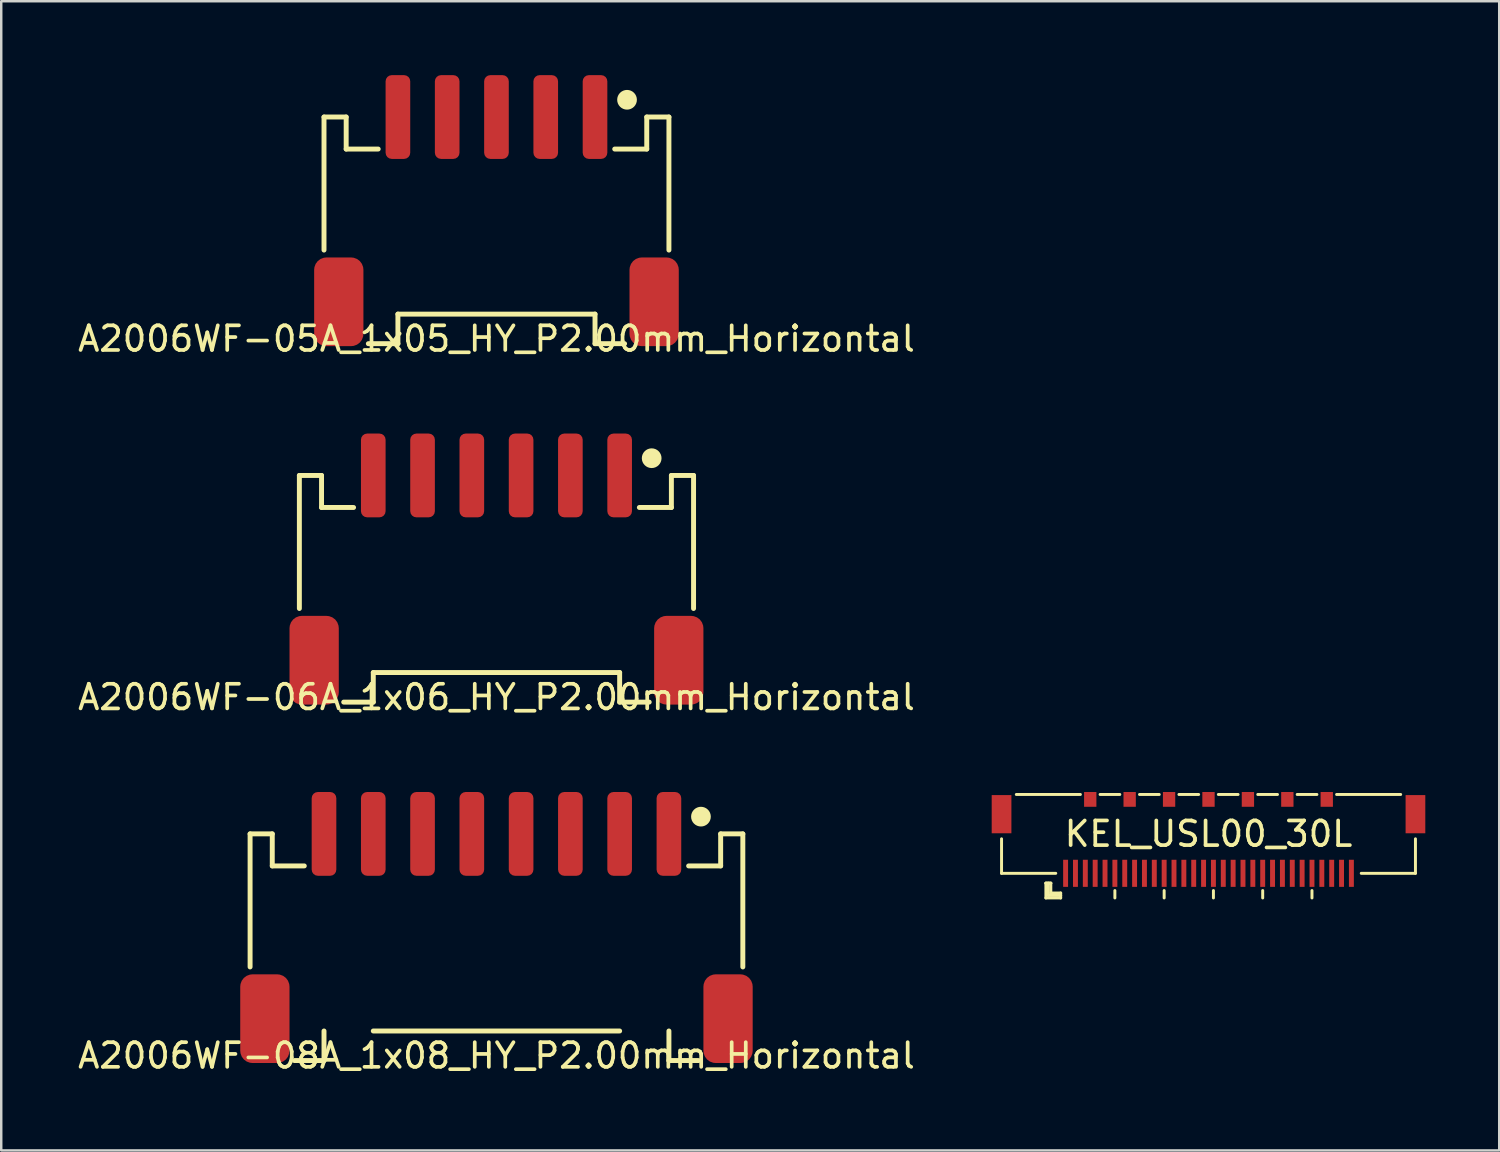
<source format=kicad_pcb>
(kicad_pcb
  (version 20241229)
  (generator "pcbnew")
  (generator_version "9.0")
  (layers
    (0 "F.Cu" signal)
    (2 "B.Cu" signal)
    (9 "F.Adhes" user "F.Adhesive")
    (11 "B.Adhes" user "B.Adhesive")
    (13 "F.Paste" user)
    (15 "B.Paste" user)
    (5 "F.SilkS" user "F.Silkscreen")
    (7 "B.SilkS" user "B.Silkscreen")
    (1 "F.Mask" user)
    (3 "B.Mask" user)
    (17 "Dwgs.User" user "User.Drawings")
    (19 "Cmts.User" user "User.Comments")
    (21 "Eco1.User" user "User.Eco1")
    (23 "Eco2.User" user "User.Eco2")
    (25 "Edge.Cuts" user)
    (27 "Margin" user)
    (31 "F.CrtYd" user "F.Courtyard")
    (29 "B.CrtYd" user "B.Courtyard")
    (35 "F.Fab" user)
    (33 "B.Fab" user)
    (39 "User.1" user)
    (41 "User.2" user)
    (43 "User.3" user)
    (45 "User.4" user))
  (footprint "A2006WF-06A_1x06_HY_P2.00mm_Horizontal"
    (layer "F.Cu")
    (at 17.101 25.248)
    (property "Reference" "A2006WF-06A_1x06_HY_P2.00mm_Horizontal" (at 0 0 0) (layer "F.SilkS") (effects (font (size 1 1) (thickness 0.15))))
    (attr through_hole)
    (fp_line (start -8 -9) (end -7.1 -9) (stroke (width 0.2) (type solid)) (layer "F.SilkS"))
    (fp_line (start -8 -3.6) (end -8 -9) (stroke (width 0.2) (type solid)) (layer "F.SilkS"))
    (fp_line (start -7.1 -9) (end -7.1 -7.7) (stroke (width 0.2) (type solid)) (layer "F.SilkS"))
    (fp_line (start -7.1 -7.7) (end -5.8 -7.7) (stroke (width 0.2) (type solid)) (layer "F.SilkS"))
    (fp_line (start -6.2 0.2) (end -5 0.2) (stroke (width 0.2) (type solid)) (layer "F.SilkS"))
    (fp_line (start -5 0.2) (end -5 -1) (stroke (width 0.2) (type solid)) (layer "F.SilkS"))
    (fp_line (start 5 -1) (end -5 -1) (stroke (width 0.2) (type solid)) (layer "F.SilkS"))
    (fp_line (start 5 0.2) (end 5 -1) (stroke (width 0.2) (type solid)) (layer "F.SilkS"))
    (fp_line (start 6.2 0.2) (end 5 0.2) (stroke (width 0.2) (type solid)) (layer "F.SilkS"))
    (fp_line (start 7.1 -9) (end 7.1 -7.7) (stroke (width 0.2) (type solid)) (layer "F.SilkS"))
    (fp_line (start 7.1 -7.7) (end 5.8 -7.7) (stroke (width 0.2) (type solid)) (layer "F.SilkS"))
    (fp_line (start 8 -9) (end 7.1 -9) (stroke (width 0.2) (type solid)) (layer "F.SilkS"))
    (fp_line (start 8 -3.6) (end 8 -9) (stroke (width 0.2) (type solid)) (layer "F.SilkS"))
    (fp_circle (center 6.3 -9.7) (end 6.5 -9.7) (stroke (width 0.4) (type solid)) (fill no) (layer "F.SilkS"))
    (pad "1" smd roundrect (at 5 -9) (size 1 3.4) (layers "F.Cu" "F.Mask" "F.Paste") (roundrect_rratio 0.25))
    (pad "2" smd roundrect (at 3 -9) (size 1 3.4) (layers "F.Cu" "F.Mask" "F.Paste") (roundrect_rratio 0.25))
    (pad "3" smd roundrect (at 1 -9) (size 1 3.4) (layers "F.Cu" "F.Mask" "F.Paste") (roundrect_rratio 0.25))
    (pad "4" smd roundrect (at -1 -9) (size 1 3.4) (layers "F.Cu" "F.Mask" "F.Paste") (roundrect_rratio 0.25))
    (pad "5" smd roundrect (at -3 -9) (size 1 3.4) (layers "F.Cu" "F.Mask" "F.Paste") (roundrect_rratio 0.25))
    (pad "6" smd roundrect (at -5 -9) (size 1 3.4) (layers "F.Cu" "F.Mask" "F.Paste") (roundrect_rratio 0.25))
    (pad "MP" smd roundrect (at -7.4 -1.5) (size 2 3.6) (layers "F.Cu" "F.Mask" "F.Paste") (roundrect_rratio 0.25))
    (pad "MP" smd roundrect (at 7.4 -1.5) (size 2 3.6) (layers "F.Cu" "F.Mask" "F.Paste") (roundrect_rratio 0.25)))
  (footprint "A2006WF-08A_1x08_HY_P2.00mm_Horizontal"
    (layer "F.Cu")
    (at 17.101 39.797)
    (property "Reference" "A2006WF-08A_1x08_HY_P2.00mm_Horizontal" (at 0 0 0) (layer "F.SilkS") (effects (font (size 1 1) (thickness 0.15))))
    (attr through_hole)
    (fp_line (start -10 -9) (end -9.1 -9) (stroke (width 0.2) (type solid)) (layer "F.SilkS"))
    (fp_line (start -10 -3.6) (end -10 -9) (stroke (width 0.2) (type solid)) (layer "F.SilkS"))
    (fp_line (start -9.1 -9) (end -9.1 -7.7) (stroke (width 0.2) (type solid)) (layer "F.SilkS"))
    (fp_line (start -9.1 -7.7) (end -7.8 -7.7) (stroke (width 0.2) (type solid)) (layer "F.SilkS"))
    (fp_line (start -8.2 0.2) (end -7 0.2) (stroke (width 0.2) (type solid)) (layer "F.SilkS"))
    (fp_line (start -7 0.2) (end -7 -1) (stroke (width 0.2) (type solid)) (layer "F.SilkS"))
    (fp_line (start 5 -1) (end -5 -1) (stroke (width 0.2) (type solid)) (layer "F.SilkS"))
    (fp_line (start 7 0.2) (end 7 -1) (stroke (width 0.2) (type solid)) (layer "F.SilkS"))
    (fp_line (start 8.2 0.2) (end 7 0.2) (stroke (width 0.2) (type solid)) (layer "F.SilkS"))
    (fp_line (start 9.1 -9) (end 9.1 -7.7) (stroke (width 0.2) (type solid)) (layer "F.SilkS"))
    (fp_line (start 9.1 -7.7) (end 7.8 -7.7) (stroke (width 0.2) (type solid)) (layer "F.SilkS"))
    (fp_line (start 10 -9) (end 9.1 -9) (stroke (width 0.2) (type solid)) (layer "F.SilkS"))
    (fp_line (start 10 -3.6) (end 10 -9) (stroke (width 0.2) (type solid)) (layer "F.SilkS"))
    (fp_circle (center 8.3 -9.7) (end 8.5 -9.7) (stroke (width 0.4) (type solid)) (fill no) (layer "F.SilkS"))
    (pad "1" smd roundrect (at 7 -9) (size 1 3.4) (layers "F.Cu" "F.Mask" "F.Paste") (roundrect_rratio 0.25))
    (pad "2" smd roundrect (at 5 -9) (size 1 3.4) (layers "F.Cu" "F.Mask" "F.Paste") (roundrect_rratio 0.25))
    (pad "3" smd roundrect (at 3 -9) (size 1 3.4) (layers "F.Cu" "F.Mask" "F.Paste") (roundrect_rratio 0.25))
    (pad "4" smd roundrect (at 1 -9) (size 1 3.4) (layers "F.Cu" "F.Mask" "F.Paste") (roundrect_rratio 0.25))
    (pad "5" smd roundrect (at -1 -9) (size 1 3.4) (layers "F.Cu" "F.Mask" "F.Paste") (roundrect_rratio 0.25))
    (pad "6" smd roundrect (at -3 -9) (size 1 3.4) (layers "F.Cu" "F.Mask" "F.Paste") (roundrect_rratio 0.25))
    (pad "7" smd roundrect (at -5 -9) (size 1 3.4) (layers "F.Cu" "F.Mask" "F.Paste") (roundrect_rratio 0.25))
    (pad "8" smd roundrect (at -7 -9) (size 1 3.4) (layers "F.Cu" "F.Mask" "F.Paste") (roundrect_rratio 0.25))
    (pad "MP" smd roundrect (at -9.4 -1.5) (size 2 3.6) (layers "F.Cu" "F.Mask" "F.Paste") (roundrect_rratio 0.25))
    (pad "MP" smd roundrect (at 9.4 -1.5) (size 2 3.6) (layers "F.Cu" "F.Mask" "F.Paste") (roundrect_rratio 0.25)))
  (footprint "KEL_USL00_30L"
    (layer "F.Cu")
    (at 46.002 32.397)
    (property "Reference" "KEL_USL00_30L" (at 0 -1.6 0) (layer "F.SilkS") (effects (font (size 1 1) (thickness 0.15))))
    (attr smd)
    (fp_line (start -8.4 -1.4) (end -8.4 0) (stroke (width 0.12) (type solid)) (layer "F.SilkS"))
    (fp_line (start -8.4 0) (end -6.2 0) (stroke (width 0.12) (type solid)) (layer "F.SilkS"))
    (fp_line (start -7.8 -3.2) (end -5.2 -3.2) (stroke (width 0.12) (type solid)) (layer "F.SilkS"))
    (fp_line (start -6.6 0.4) (end -6.6 1) (stroke (width 0.12) (type solid)) (layer "F.SilkS"))
    (fp_line (start -6.6 0.4) (end -6.4 0.4) (stroke (width 0.12) (type solid)) (layer "F.SilkS"))
    (fp_line (start -6.6 1) (end -6 1) (stroke (width 0.12) (type solid)) (layer "F.SilkS"))
    (fp_line (start -6.5 0.4) (end -6.5 0.9) (stroke (width 0.12) (type solid)) (layer "F.SilkS"))
    (fp_line (start -6.4 0.4) (end -6.6 0.4) (stroke (width 0.12) (type solid)) (layer "F.SilkS"))
    (fp_line (start -6.4 0.4) (end -6.4 0.8) (stroke (width 0.12) (type solid)) (layer "F.SilkS"))
    (fp_line (start -6.4 0.8) (end -6 0.8) (stroke (width 0.12) (type solid)) (layer "F.SilkS"))
    (fp_line (start -6 0.9) (end -6.5 0.9) (stroke (width 0.12) (type solid)) (layer "F.SilkS"))
    (fp_line (start -6 1) (end -6 0.8) (stroke (width 0.12) (type solid)) (layer "F.SilkS"))
    (fp_line (start -4.4 -3.2) (end -3.6 -3.2) (stroke (width 0.12) (type solid)) (layer "F.SilkS"))
    (fp_line (start -3.8 0.7) (end -3.8 1) (stroke (width 0.12) (type solid)) (layer "F.SilkS"))
    (fp_line (start -2.8 -3.2) (end -2 -3.2) (stroke (width 0.12) (type solid)) (layer "F.SilkS"))
    (fp_line (start -1.8 0.7) (end -1.8 1) (stroke (width 0.12) (type solid)) (layer "F.SilkS"))
    (fp_line (start -1.2 -3.2) (end -0.4 -3.2) (stroke (width 0.12) (type solid)) (layer "F.SilkS"))
    (fp_line (start 0.2 0.7) (end 0.2 1) (stroke (width 0.12) (type solid)) (layer "F.SilkS"))
    (fp_line (start 0.4 -3.2) (end 1.2 -3.2) (stroke (width 0.12) (type solid)) (layer "F.SilkS"))
    (fp_line (start 2 -3.2) (end 2.8 -3.2) (stroke (width 0.12) (type solid)) (layer "F.SilkS"))
    (fp_line (start 2.2 0.7) (end 2.2 1) (stroke (width 0.12) (type solid)) (layer "F.SilkS"))
    (fp_line (start 3.6 -3.2) (end 4.4 -3.2) (stroke (width 0.12) (type solid)) (layer "F.SilkS"))
    (fp_line (start 4.2 0.7) (end 4.2 1) (stroke (width 0.12) (type solid)) (layer "F.SilkS"))
    (fp_line (start 5.2 -3.2) (end 7.8 -3.2) (stroke (width 0.12) (type solid)) (layer "F.SilkS"))
    (fp_line (start 6.2 0) (end 8.4 0) (stroke (width 0.12) (type solid)) (layer "F.SilkS"))
    (fp_line (start 8.4 0) (end 8.4 -1.4) (stroke (width 0.12) (type solid)) (layer "F.SilkS"))
    (pad "1" smd rect (at -5.8 0) (size 0.2 1.1) (layers "F.Cu" "F.Mask" "F.Paste"))
    (pad "2" smd rect (at -5.4 0) (size 0.2 1.1) (layers "F.Cu" "F.Mask" "F.Paste"))
    (pad "3" smd rect (at -5 0) (size 0.2 1.1) (layers "F.Cu" "F.Mask" "F.Paste"))
    (pad "4" smd rect (at -4.6 0) (size 0.2 1.1) (layers "F.Cu" "F.Mask" "F.Paste"))
    (pad "5" smd rect (at -4.2 0) (size 0.2 1.1) (layers "F.Cu" "F.Mask" "F.Paste"))
    (pad "6" smd rect (at -3.8 0) (size 0.2 1.1) (layers "F.Cu" "F.Mask" "F.Paste"))
    (pad "7" smd rect (at -3.4 0) (size 0.2 1.1) (layers "F.Cu" "F.Mask" "F.Paste"))
    (pad "8" smd rect (at -3 0) (size 0.2 1.1) (layers "F.Cu" "F.Mask" "F.Paste"))
    (pad "9" smd rect (at -2.6 0) (size 0.2 1.1) (layers "F.Cu" "F.Mask" "F.Paste"))
    (pad "10" smd rect (at -2.2 0) (size 0.2 1.1) (layers "F.Cu" "F.Mask" "F.Paste"))
    (pad "11" smd rect (at -1.8 0) (size 0.2 1.1) (layers "F.Cu" "F.Mask" "F.Paste"))
    (pad "12" smd rect (at -1.4 0) (size 0.2 1.1) (layers "F.Cu" "F.Mask" "F.Paste"))
    (pad "13" smd rect (at -1 0) (size 0.2 1.1) (layers "F.Cu" "F.Mask" "F.Paste"))
    (pad "14" smd rect (at -0.6 0) (size 0.2 1.1) (layers "F.Cu" "F.Mask" "F.Paste"))
    (pad "15" smd rect (at -0.2 0) (size 0.2 1.1) (layers "F.Cu" "F.Mask" "F.Paste"))
    (pad "16" smd rect (at 0.2 0) (size 0.2 1.1) (layers "F.Cu" "F.Mask" "F.Paste"))
    (pad "17" smd rect (at 0.6 0) (size 0.2 1.1) (layers "F.Cu" "F.Mask" "F.Paste"))
    (pad "18" smd rect (at 1 0) (size 0.2 1.1) (layers "F.Cu" "F.Mask" "F.Paste"))
    (pad "19" smd rect (at 1.4 0) (size 0.2 1.1) (layers "F.Cu" "F.Mask" "F.Paste"))
    (pad "20" smd rect (at 1.8 0) (size 0.2 1.1) (layers "F.Cu" "F.Mask" "F.Paste"))
    (pad "21" smd rect (at 2.2 0) (size 0.2 1.1) (layers "F.Cu" "F.Mask" "F.Paste"))
    (pad "22" smd rect (at 2.6 0) (size 0.2 1.1) (layers "F.Cu" "F.Mask" "F.Paste"))
    (pad "23" smd rect (at 3 0) (size 0.2 1.1) (layers "F.Cu" "F.Mask" "F.Paste"))
    (pad "24" smd rect (at 3.4 0) (size 0.2 1.1) (layers "F.Cu" "F.Mask" "F.Paste"))
    (pad "25" smd rect (at 3.8 0) (size 0.2 1.1) (layers "F.Cu" "F.Mask" "F.Paste"))
    (pad "26" smd rect (at 4.2 0) (size 0.2 1.1) (layers "F.Cu" "F.Mask" "F.Paste"))
    (pad "27" smd rect (at 4.6 0) (size 0.2 1.1) (layers "F.Cu" "F.Mask" "F.Paste"))
    (pad "28" smd rect (at 5 0) (size 0.2 1.1) (layers "F.Cu" "F.Mask" "F.Paste"))
    (pad "29" smd rect (at 5.4 0) (size 0.2 1.1) (layers "F.Cu" "F.Mask" "F.Paste"))
    (pad "30" smd rect (at 5.8 0) (size 0.2 1.1) (layers "F.Cu" "F.Mask" "F.Paste"))
    (pad "31" smd rect (at -8.4 -2.4) (size 0.8 1.55) (layers "F.Cu" "F.Mask" "F.Paste"))
    (pad "32" smd rect (at 8.4 -2.4) (size 0.8 1.55) (layers "F.Cu" "F.Mask" "F.Paste"))
    (pad "33" smd rect (at -4.8 -3) (size 0.5 0.6) (layers "F.Cu" "F.Mask" "F.Paste"))
    (pad "34" smd rect (at -3.2 -3) (size 0.5 0.6) (layers "F.Cu" "F.Mask" "F.Paste"))
    (pad "35" smd rect (at -1.6 -3) (size 0.5 0.6) (layers "F.Cu" "F.Mask" "F.Paste"))
    (pad "36" smd rect (at 0 -3) (size 0.5 0.6) (layers "F.Cu" "F.Mask" "F.Paste"))
    (pad "37" smd rect (at 1.6 -3) (size 0.5 0.6) (layers "F.Cu" "F.Mask" "F.Paste"))
    (pad "38" smd rect (at 3.2 -3) (size 0.5 0.6) (layers "F.Cu" "F.Mask" "F.Paste"))
    (pad "39" smd rect (at 4.8 -3) (size 0.5 0.6) (layers "F.Cu" "F.Mask" "F.Paste")))
  (footprint "A2006WF-05A_1x05_HY_P2.00mm_Horizontal"
    (layer "F.Cu")
    (at 17.101 10.7)
    (property "Reference" "A2006WF-05A_1x05_HY_P2.00mm_Horizontal" (at 0 0 0) (layer "F.SilkS") (effects (font (size 1 1) (thickness 0.15))))
    (attr through_hole)
    (fp_line (start -7 -9) (end -6.1 -9) (stroke (width 0.2) (type solid)) (layer "F.SilkS"))
    (fp_line (start -7 -3.6) (end -7 -9) (stroke (width 0.2) (type solid)) (layer "F.SilkS"))
    (fp_line (start -6.1 -9) (end -6.1 -7.7) (stroke (width 0.2) (type solid)) (layer "F.SilkS"))
    (fp_line (start -6.1 -7.7) (end -4.8 -7.7) (stroke (width 0.2) (type solid)) (layer "F.SilkS"))
    (fp_line (start -5.2 0.2) (end -4 0.2) (stroke (width 0.2) (type solid)) (layer "F.SilkS"))
    (fp_line (start -4 0.2) (end -4 -1) (stroke (width 0.2) (type solid)) (layer "F.SilkS"))
    (fp_line (start 4 -1) (end -4 -1) (stroke (width 0.2) (type solid)) (layer "F.SilkS"))
    (fp_line (start 4 0.2) (end 4 -1) (stroke (width 0.2) (type solid)) (layer "F.SilkS"))
    (fp_line (start 5.2 0.2) (end 4 0.2) (stroke (width 0.2) (type solid)) (layer "F.SilkS"))
    (fp_line (start 6.1 -9) (end 6.1 -7.7) (stroke (width 0.2) (type solid)) (layer "F.SilkS"))
    (fp_line (start 6.1 -7.7) (end 4.8 -7.7) (stroke (width 0.2) (type solid)) (layer "F.SilkS"))
    (fp_line (start 7 -9) (end 6.1 -9) (stroke (width 0.2) (type solid)) (layer "F.SilkS"))
    (fp_line (start 7 -3.6) (end 7 -9) (stroke (width 0.2) (type solid)) (layer "F.SilkS"))
    (fp_circle (center 5.3 -9.7) (end 5.5 -9.7) (stroke (width 0.4) (type solid)) (fill no) (layer "F.SilkS"))
    (pad "1" smd roundrect (at 4 -9) (size 1 3.4) (layers "F.Cu" "F.Mask" "F.Paste") (roundrect_rratio 0.25))
    (pad "2" smd roundrect (at 2 -9) (size 1 3.4) (layers "F.Cu" "F.Mask" "F.Paste") (roundrect_rratio 0.25))
    (pad "3" smd roundrect (at 0 -9) (size 1 3.4) (layers "F.Cu" "F.Mask" "F.Paste") (roundrect_rratio 0.25))
    (pad "4" smd roundrect (at -2 -9) (size 1 3.4) (layers "F.Cu" "F.Mask" "F.Paste") (roundrect_rratio 0.25))
    (pad "5" smd roundrect (at -4 -9) (size 1 3.4) (layers "F.Cu" "F.Mask" "F.Paste") (roundrect_rratio 0.25))
    (pad "MP" smd roundrect (at -6.4 -1.5) (size 2 3.6) (layers "F.Cu" "F.Mask" "F.Paste") (roundrect_rratio 0.25))
    (pad "MP" smd roundrect (at 6.4 -1.5) (size 2 3.6) (layers "F.Cu" "F.Mask" "F.Paste") (roundrect_rratio 0.25)))
  (gr_rect
    (start -3 -3)
    (end 57.802 43.645)
    (stroke (width 0.1) (type default))
    (fill no)
    (layer "Edge.Cuts")))
</source>
